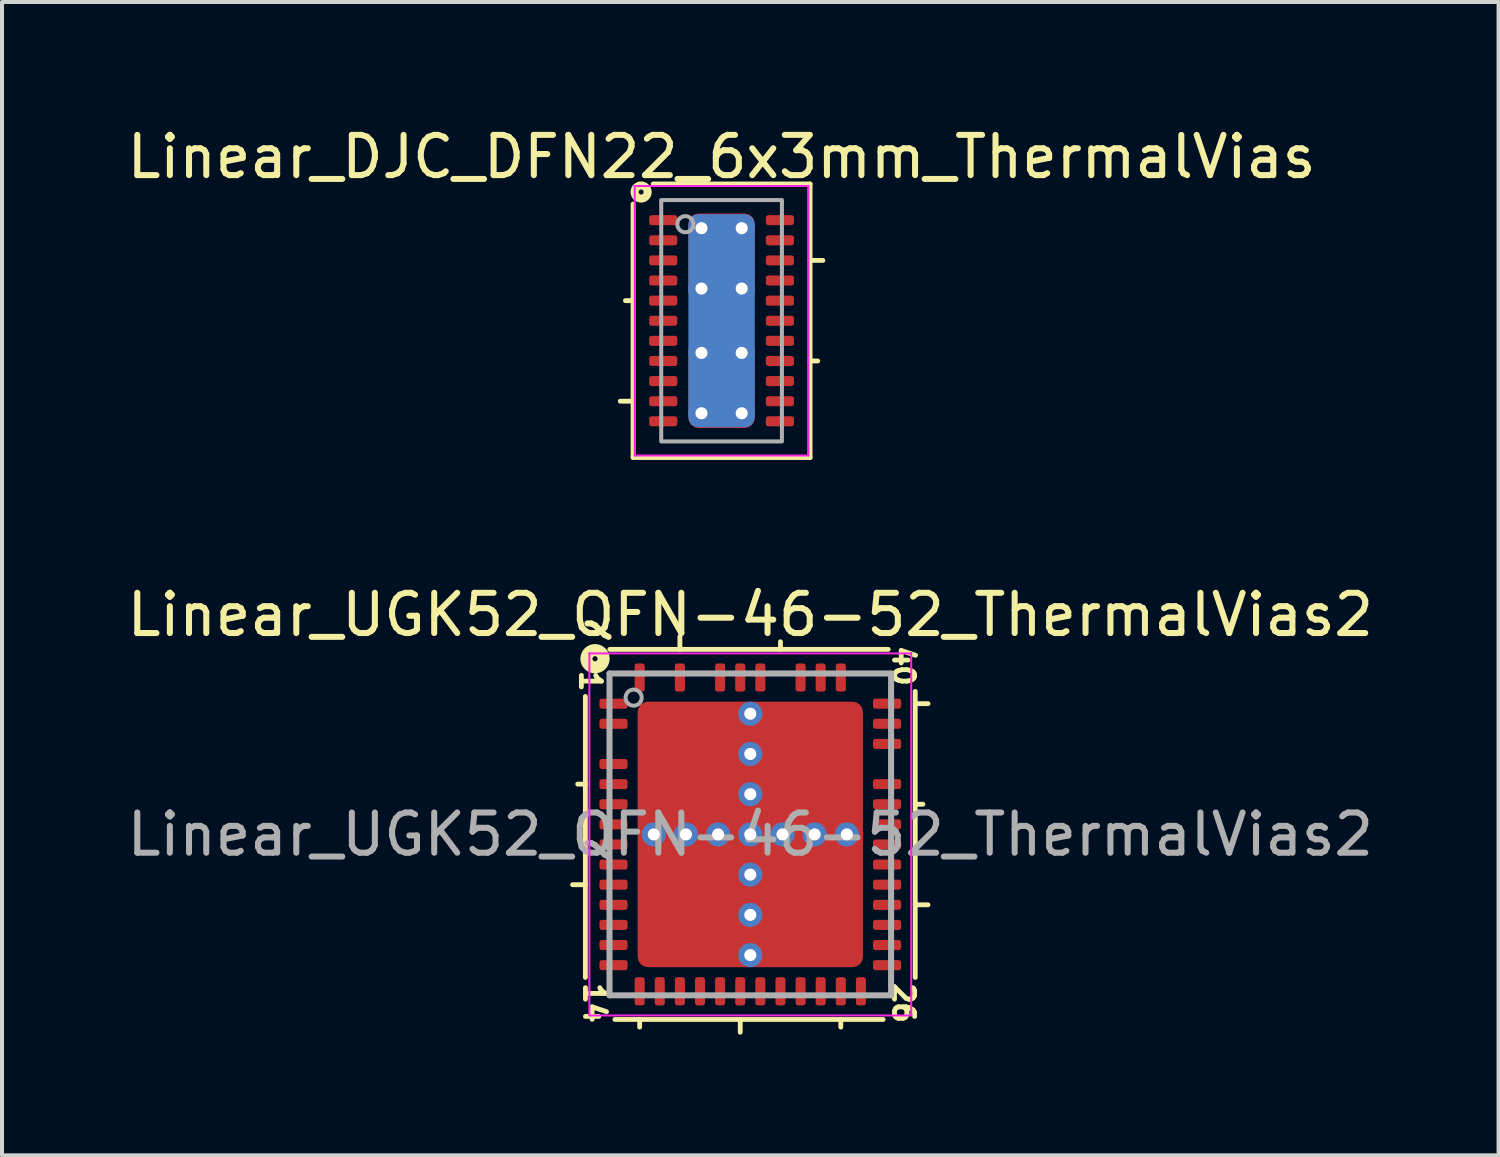
<source format=kicad_pcb>
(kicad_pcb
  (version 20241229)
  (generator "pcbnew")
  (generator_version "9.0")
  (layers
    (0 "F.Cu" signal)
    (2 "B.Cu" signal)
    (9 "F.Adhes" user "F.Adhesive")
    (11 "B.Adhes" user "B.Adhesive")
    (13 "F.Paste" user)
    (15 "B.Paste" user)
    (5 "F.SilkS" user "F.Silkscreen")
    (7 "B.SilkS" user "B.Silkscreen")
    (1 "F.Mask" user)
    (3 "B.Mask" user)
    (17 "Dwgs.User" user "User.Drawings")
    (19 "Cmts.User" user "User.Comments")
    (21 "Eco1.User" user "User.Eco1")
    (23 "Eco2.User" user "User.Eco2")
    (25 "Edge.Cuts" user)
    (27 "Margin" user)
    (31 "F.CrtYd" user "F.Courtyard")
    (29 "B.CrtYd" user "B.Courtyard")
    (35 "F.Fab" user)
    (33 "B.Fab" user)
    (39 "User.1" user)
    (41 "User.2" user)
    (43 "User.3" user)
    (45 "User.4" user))
  (footprint "Linear_UGK52_QFN-46-52_ThermalVias2"
    (layer "F.Cu")
    (at 15.601 17.692)
    (property "Reference" "Linear_UGK52_QFN-46-52_ThermalVias2" (at 0 -5.461 0) (layer "F.SilkS") (effects (font (size 1 1) (thickness 0.15))))
    (attr smd)
    (fp_line (start -4.1 -3.429) (end -4.1 3.556) (stroke (width 0.12) (type solid)) (layer "F.SilkS"))
    (fp_line (start -4.1 -1.25) (end -4.29 -1.25) (stroke (width 0.12) (type solid)) (layer "F.SilkS"))
    (fp_line (start -4.1 1.25) (end -4.418 1.25) (stroke (width 0.12) (type solid)) (layer "F.SilkS"))
    (fp_line (start -3.365 4.6) (end 3.302 4.6) (stroke (width 0.12) (type solid)) (layer "F.SilkS"))
    (fp_line (start -2.75 4.6) (end -2.75 4.79) (stroke (width 0.12) (type solid)) (layer "F.SilkS"))
    (fp_line (start -1.75 -4.6) (end -1.75 -4.918) (stroke (width 0.12) (type solid)) (layer "F.SilkS"))
    (fp_line (start -0.25 4.6) (end -0.25 4.918) (stroke (width 0.12) (type solid)) (layer "F.SilkS"))
    (fp_line (start 0.75 -4.6) (end 0.75 -4.79) (stroke (width 0.12) (type solid)) (layer "F.SilkS"))
    (fp_line (start 2.25 4.6) (end 2.25 4.79) (stroke (width 0.12) (type solid)) (layer "F.SilkS"))
    (fp_line (start 3.429 -4.6) (end -3.493 -4.6) (stroke (width 0.12) (type solid)) (layer "F.SilkS"))
    (fp_line (start 4.1 -3.25) (end 4.418 -3.25) (stroke (width 0.12) (type solid)) (layer "F.SilkS"))
    (fp_line (start 4.1 -0.75) (end 4.29 -0.75) (stroke (width 0.12) (type solid)) (layer "F.SilkS"))
    (fp_line (start 4.1 1.75) (end 4.418 1.75) (stroke (width 0.12) (type solid)) (layer "F.SilkS"))
    (fp_line (start 4.1 3.556) (end 4.1 -3.556) (stroke (width 0.12) (type solid)) (layer "F.SilkS"))
    (fp_circle (center -3.86 -4.368) (end -3.796 -4.368) (stroke (width 0.3) (type solid)) (fill no) (layer "F.SilkS"))
    (fp_line (start -4 -4.5) (end -4 4.5) (stroke (width 0.05) (type solid)) (layer "F.CrtYd"))
    (fp_line (start -4 -4.5) (end 4 -4.5) (stroke (width 0.05) (type solid)) (layer "F.CrtYd"))
    (fp_line (start -4 4.5) (end 4 4.5) (stroke (width 0.05) (type solid)) (layer "F.CrtYd"))
    (fp_line (start 4 -4.5) (end 4 4.5) (stroke (width 0.05) (type solid)) (layer "F.CrtYd"))
    (fp_line (start -3.5 -4) (end 3.5 -4) (stroke (width 0.15) (type solid)) (layer "F.Fab"))
    (fp_line (start -3.5 4) (end -3.5 -4) (stroke (width 0.15) (type solid)) (layer "F.Fab"))
    (fp_line (start 3.5 -4) (end 3.5 4) (stroke (width 0.15) (type solid)) (layer "F.Fab"))
    (fp_line (start 3.5 4) (end -3.5 4) (stroke (width 0.15) (type solid)) (layer "F.Fab"))
    (fp_circle (center -2.9 -3.4) (end -2.7 -3.4) (stroke (width 0.1) (type solid)) (fill no) (layer "F.Fab"))
    (fp_text user "14" (at -3.873 4.191 270) (unlocked yes) (layer "F.SilkS") (effects (font (size 0.5 0.5) (thickness 0.12))))
    (fp_text user "1" (at -3.974 -3.81 270) (unlocked yes) (layer "F.SilkS") (effects (font (size 0.5 0.5) (thickness 0.12))))
    (fp_text user "26" (at 3.81 4.191 270) (unlocked yes) (layer "F.SilkS") (effects (font (size 0.5 0.5) (thickness 0.12))))
    (fp_text user "40" (at 3.81 -4.191 270) (unlocked yes) (layer "F.SilkS") (effects (font (size 0.5 0.5) (thickness 0.12))))
    (fp_text user "${REFERENCE}" (at 0 0 0) (layer "F.Fab") (effects (font (size 1 1) (thickness 0.15))))
    (pad "" smd roundrect (at -2.1 -2.45 90) (size 1.2 0.9) (layers "F.Paste") (roundrect_rratio 0.25))
    (pad "" smd roundrect (at -2.1 -1.05 90) (size 1.2 0.9) (layers "F.Paste") (roundrect_rratio 0.25))
    (pad "" smd roundrect (at -2.1 1.05 90) (size 1.2 0.9) (layers "F.Paste") (roundrect_rratio 0.25))
    (pad "" smd roundrect (at -2.1 2.45 90) (size 1.2 0.9) (layers "F.Paste") (roundrect_rratio 0.25))
    (pad "" smd roundrect (at -1.5 -1.756) (size 2.4 2.913) (layers "F.Mask") (roundrect_rratio 0.104))
    (pad "" smd roundrect (at -1.5 1.75) (size 2.4 2.9) (layers "F.Mask") (roundrect_rratio 0.104))
    (pad "" smd roundrect (at -0.9 -2.45 90) (size 1.2 0.9) (layers "F.Paste") (roundrect_rratio 0.25))
    (pad "" smd roundrect (at -0.9 -1.05 90) (size 1.2 0.9) (layers "F.Paste") (roundrect_rratio 0.25))
    (pad "" smd roundrect (at -0.9 1.05 90) (size 1.2 0.9) (layers "F.Paste") (roundrect_rratio 0.25))
    (pad "" smd roundrect (at -0.9 2.45 90) (size 1.2 0.9) (layers "F.Paste") (roundrect_rratio 0.25))
    (pad "" smd roundrect (at 0.9 -2.45 90) (size 1.2 0.9) (layers "F.Paste") (roundrect_rratio 0.25))
    (pad "" smd roundrect (at 0.9 -1.05 90) (size 1.2 0.9) (layers "F.Paste") (roundrect_rratio 0.25))
    (pad "" smd roundrect (at 0.9 1.05 90) (size 1.2 0.9) (layers "F.Paste") (roundrect_rratio 0.25))
    (pad "" smd roundrect (at 0.9 2.45 90) (size 1.2 0.9) (layers "F.Paste") (roundrect_rratio 0.25))
    (pad "" smd roundrect (at 1.5 -1.75) (size 2.4 2.9) (layers "F.Mask") (roundrect_rratio 0.104))
    (pad "" smd roundrect (at 1.5 1.75) (size 2.4 2.9) (layers "F.Mask") (roundrect_rratio 0.104))
    (pad "" smd roundrect (at 2.1 -2.45 90) (size 1.2 0.9) (layers "F.Paste") (roundrect_rratio 0.25))
    (pad "" smd roundrect (at 2.1 -1.05 90) (size 1.2 0.9) (layers "F.Paste") (roundrect_rratio 0.25))
    (pad "" smd roundrect (at 2.1 1.05 90) (size 1.2 0.9) (layers "F.Paste") (roundrect_rratio 0.25))
    (pad "" smd roundrect (at 2.1 2.45 90) (size 1.2 0.9) (layers "F.Paste") (roundrect_rratio 0.25))
    (pad "1" smd roundrect (at -3.4 -3.25) (size 0.7 0.25) (layers "F.Cu" "F.Mask" "F.Paste") (roundrect_rratio 0.25))
    (pad "2" smd roundrect (at -3.4 -2.75) (size 0.7 0.25) (layers "F.Cu" "F.Mask" "F.Paste") (roundrect_rratio 0.25))
    (pad "4" smd roundrect (at -3.4 -1.75) (size 0.7 0.25) (layers "F.Cu" "F.Mask" "F.Paste") (roundrect_rratio 0.25))
    (pad "5" smd roundrect (at -3.4 -1.25) (size 0.7 0.25) (layers "F.Cu" "F.Mask" "F.Paste") (roundrect_rratio 0.25))
    (pad "6" smd roundrect (at -3.4 -0.75) (size 0.7 0.25) (layers "F.Cu" "F.Mask" "F.Paste") (roundrect_rratio 0.25))
    (pad "7" smd roundrect (at -3.4 -0.25) (size 0.7 0.25) (layers "F.Cu" "F.Mask" "F.Paste") (roundrect_rratio 0.25))
    (pad "8" smd roundrect (at -3.4 0.25) (size 0.7 0.25) (layers "F.Cu" "F.Mask" "F.Paste") (roundrect_rratio 0.25))
    (pad "9" smd roundrect (at -3.4 0.75) (size 0.7 0.25) (layers "F.Cu" "F.Mask" "F.Paste") (roundrect_rratio 0.25))
    (pad "10" smd roundrect (at -3.4 1.25) (size 0.7 0.25) (layers "F.Cu" "F.Mask" "F.Paste") (roundrect_rratio 0.25))
    (pad "11" smd roundrect (at -3.4 1.75) (size 0.7 0.25) (layers "F.Cu" "F.Mask" "F.Paste") (roundrect_rratio 0.25))
    (pad "12" smd roundrect (at -3.4 2.25) (size 0.7 0.25) (layers "F.Cu" "F.Mask" "F.Paste") (roundrect_rratio 0.25))
    (pad "13" smd roundrect (at -3.4 2.75) (size 0.7 0.25) (layers "F.Cu" "F.Mask" "F.Paste") (roundrect_rratio 0.25))
    (pad "14" smd roundrect (at -3.4 3.25) (size 0.7 0.25) (layers "F.Cu" "F.Mask" "F.Paste") (roundrect_rratio 0.25))
    (pad "15" smd roundrect (at -2.75 3.9 90) (size 0.7 0.25) (layers "F.Cu" "F.Mask" "F.Paste") (roundrect_rratio 0.25))
    (pad "16" smd roundrect (at -2.25 3.9 90) (size 0.7 0.25) (layers "F.Cu" "F.Mask" "F.Paste") (roundrect_rratio 0.25))
    (pad "17" smd roundrect (at -1.75 3.9 90) (size 0.7 0.25) (layers "F.Cu" "F.Mask" "F.Paste") (roundrect_rratio 0.25))
    (pad "18" smd roundrect (at -1.25 3.9 90) (size 0.7 0.25) (layers "F.Cu" "F.Mask" "F.Paste") (roundrect_rratio 0.25))
    (pad "19" smd roundrect (at -0.75 3.9 90) (size 0.7 0.25) (layers "F.Cu" "F.Mask" "F.Paste") (roundrect_rratio 0.25))
    (pad "20" smd roundrect (at -0.25 3.9 90) (size 0.7 0.25) (layers "F.Cu" "F.Mask" "F.Paste") (roundrect_rratio 0.25))
    (pad "21" smd roundrect (at 0.25 3.9 90) (size 0.7 0.25) (layers "F.Cu" "F.Mask" "F.Paste") (roundrect_rratio 0.25))
    (pad "22" smd roundrect (at 0.75 3.9 90) (size 0.7 0.25) (layers "F.Cu" "F.Mask" "F.Paste") (roundrect_rratio 0.25))
    (pad "23" smd roundrect (at 1.25 3.9 90) (size 0.7 0.25) (layers "F.Cu" "F.Mask" "F.Paste") (roundrect_rratio 0.25))
    (pad "24" smd roundrect (at 1.75 3.9 90) (size 0.7 0.25) (layers "F.Cu" "F.Mask" "F.Paste") (roundrect_rratio 0.25))
    (pad "25" smd roundrect (at 2.25 3.9 90) (size 0.7 0.25) (layers "F.Cu" "F.Mask" "F.Paste") (roundrect_rratio 0.25))
    (pad "26" smd roundrect (at 2.75 3.9 90) (size 0.7 0.25) (layers "F.Cu" "F.Mask" "F.Paste") (roundrect_rratio 0.25))
    (pad "27" smd roundrect (at 3.4 3.25) (size 0.7 0.25) (layers "F.Cu" "F.Mask" "F.Paste") (roundrect_rratio 0.25))
    (pad "28" smd roundrect (at 3.4 2.75) (size 0.7 0.25) (layers "F.Cu" "F.Mask" "F.Paste") (roundrect_rratio 0.25))
    (pad "29" smd roundrect (at 3.4 2.25) (size 0.7 0.25) (layers "F.Cu" "F.Mask" "F.Paste") (roundrect_rratio 0.25))
    (pad "30" smd roundrect (at 3.4 1.75) (size 0.7 0.25) (layers "F.Cu" "F.Mask" "F.Paste") (roundrect_rratio 0.25))
    (pad "31" smd roundrect (at 3.4 1.25) (size 0.7 0.25) (layers "F.Cu" "F.Mask" "F.Paste") (roundrect_rratio 0.25))
    (pad "32" smd roundrect (at 3.4 0.75) (size 0.7 0.25) (layers "F.Cu" "F.Mask" "F.Paste") (roundrect_rratio 0.25))
    (pad "33" smd roundrect (at 3.4 0.25) (size 0.7 0.25) (layers "F.Cu" "F.Mask" "F.Paste") (roundrect_rratio 0.25))
    (pad "34" smd roundrect (at 3.4 -0.25) (size 0.7 0.25) (layers "F.Cu" "F.Mask" "F.Paste") (roundrect_rratio 0.25))
    (pad "35" smd roundrect (at 3.4 -0.75) (size 0.7 0.25) (layers "F.Cu" "F.Mask" "F.Paste") (roundrect_rratio 0.25))
    (pad "36" smd roundrect (at 3.4 -1.25) (size 0.7 0.25) (layers "F.Cu" "F.Mask" "F.Paste") (roundrect_rratio 0.25))
    (pad "38" smd roundrect (at 3.4 -2.25) (size 0.7 0.25) (layers "F.Cu" "F.Mask" "F.Paste") (roundrect_rratio 0.25))
    (pad "39" smd roundrect (at 3.4 -2.75) (size 0.7 0.25) (layers "F.Cu" "F.Mask" "F.Paste") (roundrect_rratio 0.25))
    (pad "40" smd roundrect (at 3.4 -3.25) (size 0.7 0.25) (layers "F.Cu" "F.Mask" "F.Paste") (roundrect_rratio 0.25))
    (pad "42" smd roundrect (at 2.25 -3.9 90) (size 0.7 0.25) (layers "F.Cu" "F.Mask" "F.Paste") (roundrect_rratio 0.25))
    (pad "43" smd roundrect (at 1.75 -3.9 90) (size 0.7 0.25) (layers "F.Cu" "F.Mask" "F.Paste") (roundrect_rratio 0.25))
    (pad "44" smd roundrect (at 1.25 -3.9 90) (size 0.7 0.25) (layers "F.Cu" "F.Mask" "F.Paste") (roundrect_rratio 0.25))
    (pad "46" smd roundrect (at 0.25 -3.9 90) (size 0.7 0.25) (layers "F.Cu" "F.Mask" "F.Paste") (roundrect_rratio 0.25))
    (pad "47" smd roundrect (at -0.25 -3.9 90) (size 0.7 0.25) (layers "F.Cu" "F.Mask" "F.Paste") (roundrect_rratio 0.25))
    (pad "48" smd roundrect (at -0.75 -3.9 90) (size 0.7 0.25) (layers "F.Cu" "F.Mask" "F.Paste") (roundrect_rratio 0.25))
    (pad "50" smd roundrect (at -1.75 -3.9 90) (size 0.7 0.25) (layers "F.Cu" "F.Mask" "F.Paste") (roundrect_rratio 0.25))
    (pad "52" smd roundrect (at -2.75 -3.9 90) (size 0.7 0.25) (layers "F.Cu" "F.Mask" "F.Paste") (roundrect_rratio 0.25))
    (pad "53" thru_hole circle (at -2.4 0) (size 0.6 0.6) (drill 0.3) (property pad_prop_heatsink) (layers "*.Cu" "*.Mask"))
    (pad "53" thru_hole circle (at -1.6 0) (size 0.6 0.6) (drill 0.3) (property pad_prop_heatsink) (layers "*.Cu" "*.Mask"))
    (pad "53" thru_hole circle (at -0.8 0) (size 0.6 0.6) (drill 0.3) (property pad_prop_heatsink) (layers "*.Cu" "*.Mask"))
    (pad "53" thru_hole circle (at 0 -3) (size 0.6 0.6) (drill 0.3) (property pad_prop_heatsink) (layers "*.Cu" "*.Mask"))
    (pad "53" thru_hole circle (at 0 -2) (size 0.6 0.6) (drill 0.3) (property pad_prop_heatsink) (layers "*.Cu" "*.Mask"))
    (pad "53" thru_hole circle (at 0 -1) (size 0.6 0.6) (drill 0.3) (property pad_prop_heatsink) (layers "*.Cu" "*.Mask"))
    (pad "53" thru_hole circle (at 0 0) (size 0.6 0.6) (drill 0.3) (property pad_prop_heatsink) (layers "*.Cu" "*.Mask"))
    (pad "53" smd roundrect (at 0 0 90) (size 6.6 5.6) (layers "F.Cu") (roundrect_rratio 0.046))
    (pad "53" thru_hole circle (at 0 1) (size 0.6 0.6) (drill 0.3) (property pad_prop_heatsink) (layers "*.Cu" "*.Mask"))
    (pad "53" thru_hole circle (at 0 2) (size 0.6 0.6) (drill 0.3) (property pad_prop_heatsink) (layers "*.Cu" "*.Mask"))
    (pad "53" thru_hole circle (at 0 3) (size 0.6 0.6) (drill 0.3) (property pad_prop_heatsink) (layers "*.Cu" "*.Mask"))
    (pad "53" thru_hole circle (at 0.8 0) (size 0.6 0.6) (drill 0.3) (property pad_prop_heatsink) (layers "*.Cu" "*.Mask"))
    (pad "53" thru_hole circle (at 1.6 0) (size 0.6 0.6) (drill 0.3) (property pad_prop_heatsink) (layers "*.Cu" "*.Mask"))
    (pad "53" thru_hole circle (at 2.4 0) (size 0.6 0.6) (drill 0.3) (property pad_prop_heatsink) (layers "*.Cu" "*.Mask")))
  (footprint "Linear_DJC_DFN22_6x3mm_ThermalVias"
    (layer "F.Cu")
    (at 14.887 4.923)
    (property "Reference" "Linear_DJC_DFN22_6x3mm_ThermalVias" (at 0 -4.075 0) (layer "F.SilkS") (effects (font (size 1 1) (thickness 0.15))))
    (attr smd)
    (fp_line (start -2.2 -0.5) (end -2.39 -0.5) (stroke (width 0.12) (type solid)) (layer "F.SilkS"))
    (fp_line (start -2.2 2) (end -2.518 2) (stroke (width 0.12) (type solid)) (layer "F.SilkS"))
    (fp_line (start -2.2 3.4) (end -2.2 -2.9) (stroke (width 0.12) (type solid)) (layer "F.SilkS"))
    (fp_line (start -1.7 -3.4) (end 2.2 -3.4) (stroke (width 0.12) (type solid)) (layer "F.SilkS"))
    (fp_line (start 2.2 -3.4) (end 2.2 3.4) (stroke (width 0.12) (type solid)) (layer "F.SilkS"))
    (fp_line (start 2.2 -1.5) (end 2.518 -1.5) (stroke (width 0.12) (type solid)) (layer "F.SilkS"))
    (fp_line (start 2.2 1) (end 2.39 1) (stroke (width 0.12) (type solid)) (layer "F.SilkS"))
    (fp_line (start 2.2 3.4) (end -2.2 3.4) (stroke (width 0.12) (type solid)) (layer "F.SilkS"))
    (fp_circle (center -2 -3.2) (end -1.937 -3.2) (stroke (width 0.2) (type solid)) (fill no) (layer "F.SilkS"))
    (fp_line (start -2.159 -3.35) (end -2.159 3.35) (stroke (width 0.05) (type solid)) (layer "F.CrtYd"))
    (fp_line (start -2.159 -3.35) (end 2.159 -3.35) (stroke (width 0.05) (type solid)) (layer "F.CrtYd"))
    (fp_line (start -2.159 3.35) (end 2.159 3.35) (stroke (width 0.05) (type solid)) (layer "F.CrtYd"))
    (fp_line (start 2.159 -3.35) (end 2.159 3.35) (stroke (width 0.05) (type solid)) (layer "F.CrtYd"))
    (fp_rect (start -1.5 -3) (end 1.5 3) (stroke (width 0.1) (type solid)) (fill no) (layer "F.Fab"))
    (fp_circle (center -0.9 -2.4) (end -0.7 -2.4) (stroke (width 0.1) (type solid)) (fill no) (layer "F.Fab"))
    (pad "" smd roundrect (at -0.425 -2.075) (size 0.6 0.9) (layers "F.Paste") (roundrect_rratio 0.25))
    (pad "" smd roundrect (at -0.425 -0.975) (size 0.6 0.9) (layers "F.Paste") (roundrect_rratio 0.25))
    (pad "" smd roundrect (at -0.425 0.975) (size 0.6 0.9) (layers "F.Paste") (roundrect_rratio 0.25))
    (pad "" smd roundrect (at -0.425 2.075) (size 0.6 0.9) (layers "F.Paste") (roundrect_rratio 0.25))
    (pad "" smd roundrect (at 0 0) (size 0.5 0.7) (layers "F.Paste") (roundrect_rratio 0.25))
    (pad "" smd roundrect (at 0.425 -2.075) (size 0.6 0.9) (layers "F.Paste") (roundrect_rratio 0.25))
    (pad "" smd roundrect (at 0.425 -0.975) (size 0.6 0.9) (layers "F.Paste") (roundrect_rratio 0.25))
    (pad "" smd roundrect (at 0.425 0.975) (size 0.6 0.9) (layers "F.Paste") (roundrect_rratio 0.25))
    (pad "" smd roundrect (at 0.425 2.075) (size 0.6 0.9) (layers "F.Paste") (roundrect_rratio 0.25))
    (pad "1" smd roundrect (at -1.45 -2.5) (size 0.7 0.25) (layers "F.Cu" "F.Mask" "F.Paste") (roundrect_rratio 0.25))
    (pad "2" smd roundrect (at -1.45 -2) (size 0.7 0.25) (layers "F.Cu" "F.Mask" "F.Paste") (roundrect_rratio 0.25))
    (pad "3" smd roundrect (at -1.45 -1.5) (size 0.7 0.25) (layers "F.Cu" "F.Mask" "F.Paste") (roundrect_rratio 0.25))
    (pad "4" smd roundrect (at -1.45 -1) (size 0.7 0.25) (layers "F.Cu" "F.Mask" "F.Paste") (roundrect_rratio 0.25))
    (pad "5" smd roundrect (at -1.45 -0.5) (size 0.7 0.25) (layers "F.Cu" "F.Mask" "F.Paste") (roundrect_rratio 0.25))
    (pad "6" smd roundrect (at -1.45 0) (size 0.7 0.25) (layers "F.Cu" "F.Mask" "F.Paste") (roundrect_rratio 0.25))
    (pad "7" smd roundrect (at -1.45 0.5) (size 0.7 0.25) (layers "F.Cu" "F.Mask" "F.Paste") (roundrect_rratio 0.25))
    (pad "8" smd roundrect (at -1.45 1) (size 0.7 0.25) (layers "F.Cu" "F.Mask" "F.Paste") (roundrect_rratio 0.25))
    (pad "9" smd roundrect (at -1.45 1.5) (size 0.7 0.25) (layers "F.Cu" "F.Mask" "F.Paste") (roundrect_rratio 0.25))
    (pad "10" smd roundrect (at -1.45 2) (size 0.7 0.25) (layers "F.Cu" "F.Mask" "F.Paste") (roundrect_rratio 0.25))
    (pad "11" smd roundrect (at -1.45 2.5) (size 0.7 0.25) (layers "F.Cu" "F.Mask" "F.Paste") (roundrect_rratio 0.25))
    (pad "12" smd roundrect (at 1.45 2.5) (size 0.7 0.25) (layers "F.Cu" "F.Mask" "F.Paste") (roundrect_rratio 0.25))
    (pad "13" smd roundrect (at 1.45 2) (size 0.7 0.25) (layers "F.Cu" "F.Mask" "F.Paste") (roundrect_rratio 0.25))
    (pad "14" smd roundrect (at 1.45 1.5) (size 0.7 0.25) (layers "F.Cu" "F.Mask" "F.Paste") (roundrect_rratio 0.25))
    (pad "15" smd roundrect (at 1.45 1) (size 0.7 0.25) (layers "F.Cu" "F.Mask" "F.Paste") (roundrect_rratio 0.25))
    (pad "16" smd roundrect (at 1.45 0.5) (size 0.7 0.25) (layers "F.Cu" "F.Mask" "F.Paste") (roundrect_rratio 0.25))
    (pad "17" smd roundrect (at 1.45 0) (size 0.7 0.25) (layers "F.Cu" "F.Mask" "F.Paste") (roundrect_rratio 0.25))
    (pad "18" smd roundrect (at 1.45 -0.5) (size 0.7 0.25) (layers "F.Cu" "F.Mask" "F.Paste") (roundrect_rratio 0.25))
    (pad "19" smd roundrect (at 1.45 -1) (size 0.7 0.25) (layers "F.Cu" "F.Mask" "F.Paste") (roundrect_rratio 0.25))
    (pad "20" smd roundrect (at 1.45 -1.5) (size 0.7 0.25) (layers "F.Cu" "F.Mask" "F.Paste") (roundrect_rratio 0.25))
    (pad "21" smd roundrect (at 1.45 -2) (size 0.7 0.25) (layers "F.Cu" "F.Mask" "F.Paste") (roundrect_rratio 0.25))
    (pad "22" smd roundrect (at 1.45 -2.5) (size 0.7 0.25) (layers "F.Cu" "F.Mask" "F.Paste") (roundrect_rratio 0.25))
    (pad "23" thru_hole circle (at -0.5 -2.3) (size 0.65 0.65) (drill 0.3) (property pad_prop_heatsink) (layers "*.Cu"))
    (pad "23" thru_hole circle (at -0.5 -0.8) (size 0.65 0.65) (drill 0.3) (property pad_prop_heatsink) (layers "*.Cu"))
    (pad "23" thru_hole circle (at -0.5 0.8) (size 0.65 0.65) (drill 0.3) (property pad_prop_heatsink) (layers "*.Cu"))
    (pad "23" thru_hole circle (at -0.5 2.3) (size 0.65 0.65) (drill 0.3) (property pad_prop_heatsink) (layers "*.Cu"))
    (pad "23" smd roundrect (at 0 -1.55) (size 1.65 2.23) (layers "F.Cu" "F.Mask") (roundrect_rratio 0.152))
    (pad "23" smd rect (at 0 0) (size 0.89 0.89) (layers "F.Cu" "F.Mask"))
    (pad "23" smd roundrect (at 0 0) (size 1.65 5.3) (layers "B.Cu" "B.Mask") (roundrect_rratio 0.152))
    (pad "23" smd roundrect (at 0 1.55) (size 1.65 2.23) (layers "F.Cu" "F.Mask") (roundrect_rratio 0.152))
    (pad "23" thru_hole circle (at 0.5 -2.3) (size 0.65 0.65) (drill 0.3) (property pad_prop_heatsink) (layers "*.Cu"))
    (pad "23" thru_hole circle (at 0.5 -0.8) (size 0.65 0.65) (drill 0.3) (property pad_prop_heatsink) (layers "*.Cu"))
    (pad "23" thru_hole circle (at 0.5 0.8) (size 0.65 0.65) (drill 0.3) (property pad_prop_heatsink) (layers "*.Cu"))
    (pad "23" thru_hole circle (at 0.5 2.3) (size 0.65 0.65) (drill 0.3) (property pad_prop_heatsink) (layers "*.Cu")))
  (gr_rect
    (start -3 -3)
    (end 34.202 25.67)
    (stroke (width 0.1) (type default))
    (fill no)
    (layer "Edge.Cuts")))
</source>
